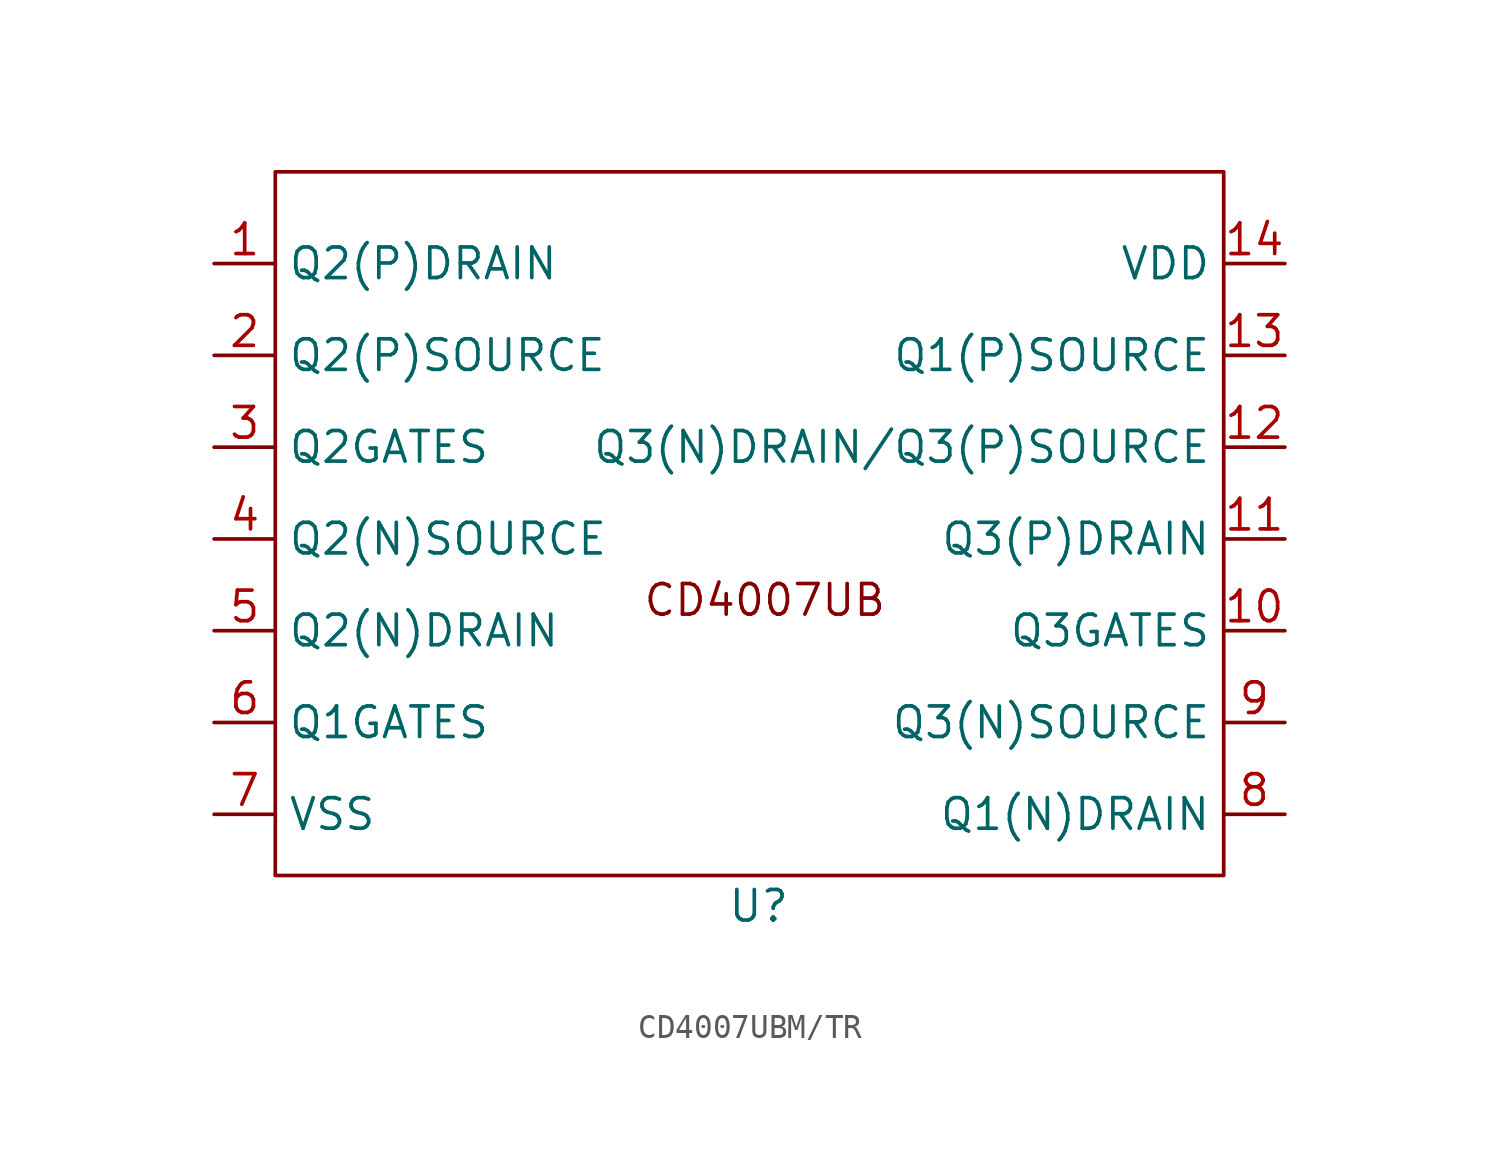
<source format=kicad_sym>
(kicad_symbol_lib
  (version 20231120)
  (generator "kicad_symbol_editor")
  (generator_version "8.0")
  (symbol "CD4007UBM/TR"
    (property "Reference" "U"
      (at -0.254 -17.78 0)
      (effects (font (size 1.27 1.27))))
    (property "Value" ""
      (at -8.89 1.27 0)
      (effects (font (size 1.27 1.27))))
    (symbol "CD4007UBM/TR_0_1"
      (rectangle (start -20.32 12.7) (end 19.05 -16.51) (stroke (width 0) (type default)) (fill (type none))))
    (symbol "CD4007UBM/TR_1_1"
      (text "CD4007UB" (at 0 -5.08 0) (effects (font (size 1.27 1.27))))
      (pin input line (at -22.86 8.89 0) (length 2.54) (name "Q2(P)DRAIN" (effects (font (size 1.27 1.27)))) (number "1" (effects (font (size 1.27 1.27)))))
      (pin input line (at 21.59 -6.35 180) (length 2.54) (name "Q3GATES" (effects (font (size 1.27 1.27)))) (number "10" (effects (font (size 1.27 1.27)))))
      (pin input line (at 21.59 -2.54 180) (length 2.54) (name "Q3(P)DRAIN" (effects (font (size 1.27 1.27)))) (number "11" (effects (font (size 1.27 1.27)))))
      (pin input line (at 21.59 1.27 180) (length 2.54) (name "Q3(N)DRAIN/Q3(P)SOURCE" (effects (font (size 1.27 1.27)))) (number "12" (effects (font (size 1.27 1.27)))))
      (pin input line (at 21.59 5.08 180) (length 2.54) (name "Q1(P)SOURCE" (effects (font (size 1.27 1.27)))) (number "13" (effects (font (size 1.27 1.27)))))
      (pin input line (at 21.59 8.89 180) (length 2.54) (name "VDD" (effects (font (size 1.27 1.27)))) (number "14" (effects (font (size 1.27 1.27)))))
      (pin input line (at -22.86 5.08 0) (length 2.54) (name "Q2(P)SOURCE" (effects (font (size 1.27 1.27)))) (number "2" (effects (font (size 1.27 1.27)))))
      (pin input line (at -22.86 1.27 0) (length 2.54) (name "Q2GATES" (effects (font (size 1.27 1.27)))) (number "3" (effects (font (size 1.27 1.27)))))
      (pin input line (at -22.86 -2.54 0) (length 2.54) (name "Q2(N)SOURCE" (effects (font (size 1.27 1.27)))) (number "4" (effects (font (size 1.27 1.27)))))
      (pin input line (at -22.86 -6.35 0) (length 2.54) (name "Q2(N)DRAIN" (effects (font (size 1.27 1.27)))) (number "5" (effects (font (size 1.27 1.27)))))
      (pin input line (at -22.86 -10.16 0) (length 2.54) (name "Q1GATES" (effects (font (size 1.27 1.27)))) (number "6" (effects (font (size 1.27 1.27)))))
      (pin input line (at -22.86 -13.97 0) (length 2.54) (name "VSS" (effects (font (size 1.27 1.27)))) (number "7" (effects (font (size 1.27 1.27)))))
      (pin input line (at 21.59 -13.97 180) (length 2.54) (name "Q1(N)DRAIN" (effects (font (size 1.27 1.27)))) (number "8" (effects (font (size 1.27 1.27)))))
      (pin input line (at 21.59 -10.16 180) (length 2.54) (name "Q3(N)SOURCE" (effects (font (size 1.27 1.27)))) (number "9" (effects (font (size 1.27 1.27))))))))
</source>
